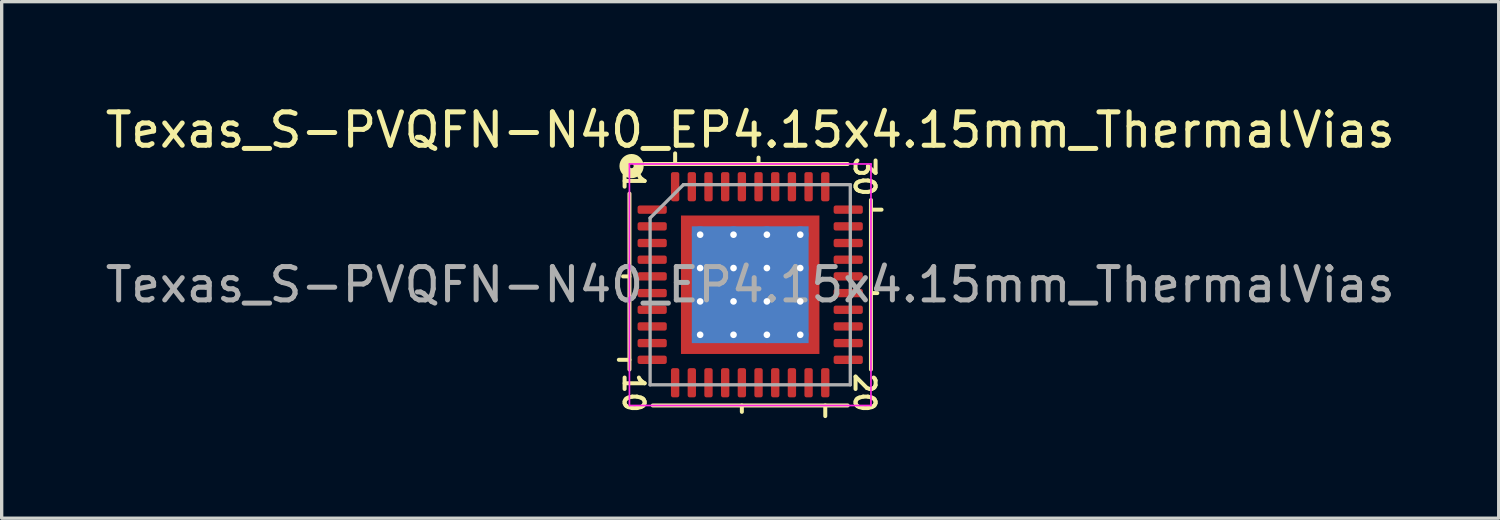
<source format=kicad_pcb>
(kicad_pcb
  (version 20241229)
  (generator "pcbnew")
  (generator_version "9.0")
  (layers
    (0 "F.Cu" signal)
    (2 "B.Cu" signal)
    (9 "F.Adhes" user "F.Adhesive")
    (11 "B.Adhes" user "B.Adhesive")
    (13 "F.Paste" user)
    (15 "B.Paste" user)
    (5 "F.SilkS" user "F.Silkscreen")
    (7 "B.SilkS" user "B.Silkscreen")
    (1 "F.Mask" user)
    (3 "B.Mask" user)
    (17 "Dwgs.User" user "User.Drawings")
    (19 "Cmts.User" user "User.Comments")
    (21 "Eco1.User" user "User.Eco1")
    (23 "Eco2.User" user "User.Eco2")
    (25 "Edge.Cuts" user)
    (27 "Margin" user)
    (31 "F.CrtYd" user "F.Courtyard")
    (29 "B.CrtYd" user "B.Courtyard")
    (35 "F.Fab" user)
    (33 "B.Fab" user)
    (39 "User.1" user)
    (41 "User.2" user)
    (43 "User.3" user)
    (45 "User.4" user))
  (footprint "Texas_S-PVQFN-N40_EP4.15x4.15mm_ThermalVias"
    (layer "F.Cu")
    (at 19.435 5.484)
    (property "Reference" "Texas_S-PVQFN-N40_EP4.15x4.15mm_ThermalVias" (at 0 -4.636 0) (layer "F.SilkS") (effects (font (size 1 1) (thickness 0.15))))
    (attr smd)
    (fp_line (start -3.619 -2.731) (end -3.619 2.54) (stroke (width 0.12) (type solid)) (layer "F.SilkS"))
    (fp_line (start -3.619 -0.25) (end -3.81 -0.25) (stroke (width 0.12) (type solid)) (layer "F.SilkS"))
    (fp_line (start -3.619 2.25) (end -3.937 2.25) (stroke (width 0.12) (type solid)) (layer "F.SilkS"))
    (fp_line (start -2.921 3.619) (end 2.921 3.619) (stroke (width 0.12) (type solid)) (layer "F.SilkS"))
    (fp_line (start -2.25 -3.619) (end -2.25 -3.937) (stroke (width 0.12) (type solid)) (layer "F.SilkS"))
    (fp_line (start -0.25 3.619) (end -0.25 3.81) (stroke (width 0.12) (type solid)) (layer "F.SilkS"))
    (fp_line (start 0.25 -3.619) (end 0.25 -3.81) (stroke (width 0.12) (type solid)) (layer "F.SilkS"))
    (fp_line (start 2.25 3.619) (end 2.25 3.937) (stroke (width 0.12) (type solid)) (layer "F.SilkS"))
    (fp_line (start 2.921 -3.619) (end -3.175 -3.619) (stroke (width 0.12) (type solid)) (layer "F.SilkS"))
    (fp_line (start 3.619 -2.25) (end 3.937 -2.25) (stroke (width 0.12) (type solid)) (layer "F.SilkS"))
    (fp_line (start 3.619 0.25) (end 3.81 0.25) (stroke (width 0.12) (type solid)) (layer "F.SilkS"))
    (fp_line (start 3.619 2.54) (end 3.619 -2.54) (stroke (width 0.12) (type solid)) (layer "F.SilkS"))
    (fp_circle (center -3.556 -3.556) (end -3.493 -3.556) (stroke (width 0.3) (type solid)) (fill no) (layer "F.SilkS"))
    (fp_line (start -3.62 -3.62) (end -3.62 3.62) (stroke (width 0.05) (type solid)) (layer "F.CrtYd"))
    (fp_line (start -3.62 3.62) (end 3.62 3.62) (stroke (width 0.05) (type solid)) (layer "F.CrtYd"))
    (fp_line (start 3.62 -3.62) (end -3.62 -3.62) (stroke (width 0.05) (type solid)) (layer "F.CrtYd"))
    (fp_line (start 3.62 3.62) (end 3.62 -3.62) (stroke (width 0.05) (type solid)) (layer "F.CrtYd"))
    (fp_line (start -3 -2) (end -2 -3) (stroke (width 0.1) (type solid)) (layer "F.Fab"))
    (fp_line (start -3 3) (end -3 -2) (stroke (width 0.1) (type solid)) (layer "F.Fab"))
    (fp_line (start -2 -3) (end 3 -3) (stroke (width 0.1) (type solid)) (layer "F.Fab"))
    (fp_line (start 3 -3) (end 3 3) (stroke (width 0.1) (type solid)) (layer "F.Fab"))
    (fp_line (start 3 3) (end -3 3) (stroke (width 0.1) (type solid)) (layer "F.Fab"))
    (fp_text user "10" (at -3.493 3.239 270) (unlocked yes) (layer "F.SilkS") (effects (font (size 0.6 0.6) (thickness 0.12))))
    (fp_text user "1" (at -3.493 -3.111 270) (unlocked yes) (layer "F.SilkS") (effects (font (size 0.6 0.6) (thickness 0.12))))
    (fp_text user "30" (at 3.429 -3.239 270) (unlocked yes) (layer "F.SilkS") (effects (font (size 0.6 0.6) (thickness 0.12))))
    (fp_text user "20" (at 3.429 3.239 270) (unlocked yes) (layer "F.SilkS") (effects (font (size 0.6 0.6) (thickness 0.12))))
    (fp_text user "${REFERENCE}" (at 0 0 0) (layer "F.Fab") (effects (font (size 1 1) (thickness 0.15))))
    (pad "" smd custom (at -1.788 -1.788) (size 0.342 0.342) (layers "F.Paste") (options (anchor circle)) (primitives (gr_poly (pts (xy 0.116 0.012) (xy 0.012 0.116) (xy -0.116 0.116) (xy -0.116 -0.116) (xy 0.116 -0.116)) (width 0.232) (fill yes))))
    (pad "" smd custom (at -1.788 -1) (size 0.371 0.371) (layers "F.Paste") (options (anchor circle)) (primitives (gr_poly (pts (xy 0.14 -0.235) (xy 0.14 0.235) (xy 0.063 0.311) (xy -0.14 0.311) (xy -0.14 -0.311) (xy 0.063 -0.311)) (width 0.184) (fill yes))))
    (pad "" smd custom (at -1.788 0) (size 0.371 0.371) (layers "F.Paste") (options (anchor circle)) (primitives (gr_poly (pts (xy 0.14 -0.235) (xy 0.14 0.235) (xy 0.063 0.311) (xy -0.14 0.311) (xy -0.14 -0.311) (xy 0.063 -0.311)) (width 0.184) (fill yes))))
    (pad "" smd custom (at -1.788 1) (size 0.371 0.371) (layers "F.Paste") (options (anchor circle)) (primitives (gr_poly (pts (xy 0.14 -0.235) (xy 0.14 0.235) (xy 0.063 0.311) (xy -0.14 0.311) (xy -0.14 -0.311) (xy 0.063 -0.311)) (width 0.184) (fill yes))))
    (pad "" smd custom (at -1.788 1.788) (size 0.342 0.342) (layers "F.Paste") (options (anchor circle)) (primitives (gr_poly (pts (xy 0.116 -0.012) (xy 0.116 0.116) (xy -0.116 0.116) (xy -0.116 -0.116) (xy 0.012 -0.116)) (width 0.232) (fill yes))))
    (pad "" smd custom (at -1 -1.788) (size 0.371 0.371) (layers "F.Paste") (options (anchor circle)) (primitives (gr_poly (pts (xy 0.311 0.063) (xy 0.235 0.14) (xy -0.235 0.14) (xy -0.311 0.063) (xy -0.311 -0.14) (xy 0.311 -0.14)) (width 0.184) (fill yes))))
    (pad "" smd roundrect (at -1 -1) (size 0.806 0.806) (layers "F.Paste") (roundrect_rratio 0.25))
    (pad "" smd roundrect (at -1 0) (size 0.806 0.806) (layers "F.Paste") (roundrect_rratio 0.25))
    (pad "" smd roundrect (at -1 1) (size 0.806 0.806) (layers "F.Paste") (roundrect_rratio 0.25))
    (pad "" smd custom (at -1 1.788) (size 0.371 0.371) (layers "F.Paste") (options (anchor circle)) (primitives (gr_poly (pts (xy 0.311 -0.063) (xy 0.311 0.14) (xy -0.311 0.14) (xy -0.311 -0.063) (xy -0.235 -0.14) (xy 0.235 -0.14)) (width 0.184) (fill yes))))
    (pad "" smd custom (at 0 -1.788) (size 0.371 0.371) (layers "F.Paste") (options (anchor circle)) (primitives (gr_poly (pts (xy 0.311 0.063) (xy 0.235 0.14) (xy -0.235 0.14) (xy -0.311 0.063) (xy -0.311 -0.14) (xy 0.311 -0.14)) (width 0.184) (fill yes))))
    (pad "" smd roundrect (at 0 -1) (size 0.806 0.806) (layers "F.Paste") (roundrect_rratio 0.25))
    (pad "" smd roundrect (at 0 0) (size 0.806 0.806) (layers "F.Paste") (roundrect_rratio 0.25))
    (pad "" smd roundrect (at 0 1) (size 0.806 0.806) (layers "F.Paste") (roundrect_rratio 0.25))
    (pad "" smd custom (at 0 1.788) (size 0.371 0.371) (layers "F.Paste") (options (anchor circle)) (primitives (gr_poly (pts (xy 0.311 -0.063) (xy 0.311 0.14) (xy -0.311 0.14) (xy -0.311 -0.063) (xy -0.235 -0.14) (xy 0.235 -0.14)) (width 0.184) (fill yes))))
    (pad "" smd custom (at 1 -1.788) (size 0.371 0.371) (layers "F.Paste") (options (anchor circle)) (primitives (gr_poly (pts (xy 0.311 0.063) (xy 0.235 0.14) (xy -0.235 0.14) (xy -0.311 0.063) (xy -0.311 -0.14) (xy 0.311 -0.14)) (width 0.184) (fill yes))))
    (pad "" smd roundrect (at 1 -1) (size 0.806 0.806) (layers "F.Paste") (roundrect_rratio 0.25))
    (pad "" smd roundrect (at 1 0) (size 0.806 0.806) (layers "F.Paste") (roundrect_rratio 0.25))
    (pad "" smd roundrect (at 1 1) (size 0.806 0.806) (layers "F.Paste") (roundrect_rratio 0.25))
    (pad "" smd custom (at 1 1.788) (size 0.371 0.371) (layers "F.Paste") (options (anchor circle)) (primitives (gr_poly (pts (xy 0.311 -0.063) (xy 0.311 0.14) (xy -0.311 0.14) (xy -0.311 -0.063) (xy -0.235 -0.14) (xy 0.235 -0.14)) (width 0.184) (fill yes))))
    (pad "" smd custom (at 1.788 -1.788) (size 0.342 0.342) (layers "F.Paste") (options (anchor circle)) (primitives (gr_poly (pts (xy 0.116 0.116) (xy -0.012 0.116) (xy -0.116 0.012) (xy -0.116 -0.116) (xy 0.116 -0.116)) (width 0.232) (fill yes))))
    (pad "" smd custom (at 1.788 -1) (size 0.371 0.371) (layers "F.Paste") (options (anchor circle)) (primitives (gr_poly (pts (xy 0.14 0.311) (xy -0.063 0.311) (xy -0.14 0.235) (xy -0.14 -0.235) (xy -0.063 -0.311) (xy 0.14 -0.311)) (width 0.184) (fill yes))))
    (pad "" smd custom (at 1.788 0) (size 0.371 0.371) (layers "F.Paste") (options (anchor circle)) (primitives (gr_poly (pts (xy 0.14 0.311) (xy -0.063 0.311) (xy -0.14 0.235) (xy -0.14 -0.235) (xy -0.063 -0.311) (xy 0.14 -0.311)) (width 0.184) (fill yes))))
    (pad "" smd custom (at 1.788 1) (size 0.371 0.371) (layers "F.Paste") (options (anchor circle)) (primitives (gr_poly (pts (xy 0.14 0.311) (xy -0.063 0.311) (xy -0.14 0.235) (xy -0.14 -0.235) (xy -0.063 -0.311) (xy 0.14 -0.311)) (width 0.184) (fill yes))))
    (pad "" smd custom (at 1.788 1.788) (size 0.342 0.342) (layers "F.Paste") (options (anchor circle)) (primitives (gr_poly (pts (xy 0.116 0.116) (xy -0.116 0.116) (xy -0.116 -0.012) (xy -0.012 -0.116) (xy 0.116 -0.116)) (width 0.232) (fill yes))))
    (pad "1" smd roundrect (at -2.938 -2.25) (size 0.875 0.25) (layers "F.Cu" "F.Mask" "F.Paste") (roundrect_rratio 0.25))
    (pad "2" smd roundrect (at -2.938 -1.75) (size 0.875 0.25) (layers "F.Cu" "F.Mask" "F.Paste") (roundrect_rratio 0.25))
    (pad "3" smd roundrect (at -2.938 -1.25) (size 0.875 0.25) (layers "F.Cu" "F.Mask" "F.Paste") (roundrect_rratio 0.25))
    (pad "4" smd roundrect (at -2.938 -0.75) (size 0.875 0.25) (layers "F.Cu" "F.Mask" "F.Paste") (roundrect_rratio 0.25))
    (pad "5" smd roundrect (at -2.938 -0.25) (size 0.875 0.25) (layers "F.Cu" "F.Mask" "F.Paste") (roundrect_rratio 0.25))
    (pad "6" smd roundrect (at -2.938 0.25) (size 0.875 0.25) (layers "F.Cu" "F.Mask" "F.Paste") (roundrect_rratio 0.25))
    (pad "7" smd roundrect (at -2.938 0.75) (size 0.875 0.25) (layers "F.Cu" "F.Mask" "F.Paste") (roundrect_rratio 0.25))
    (pad "8" smd roundrect (at -2.938 1.25) (size 0.875 0.25) (layers "F.Cu" "F.Mask" "F.Paste") (roundrect_rratio 0.25))
    (pad "9" smd roundrect (at -2.938 1.75) (size 0.875 0.25) (layers "F.Cu" "F.Mask" "F.Paste") (roundrect_rratio 0.25))
    (pad "10" smd roundrect (at -2.938 2.25) (size 0.875 0.25) (layers "F.Cu" "F.Mask" "F.Paste") (roundrect_rratio 0.25))
    (pad "11" smd roundrect (at -2.25 2.938) (size 0.25 0.875) (layers "F.Cu" "F.Mask" "F.Paste") (roundrect_rratio 0.25))
    (pad "12" smd roundrect (at -1.75 2.938) (size 0.25 0.875) (layers "F.Cu" "F.Mask" "F.Paste") (roundrect_rratio 0.25))
    (pad "13" smd roundrect (at -1.25 2.938) (size 0.25 0.875) (layers "F.Cu" "F.Mask" "F.Paste") (roundrect_rratio 0.25))
    (pad "14" smd roundrect (at -0.75 2.938) (size 0.25 0.875) (layers "F.Cu" "F.Mask" "F.Paste") (roundrect_rratio 0.25))
    (pad "15" smd roundrect (at -0.25 2.938) (size 0.25 0.875) (layers "F.Cu" "F.Mask" "F.Paste") (roundrect_rratio 0.25))
    (pad "16" smd roundrect (at 0.25 2.938) (size 0.25 0.875) (layers "F.Cu" "F.Mask" "F.Paste") (roundrect_rratio 0.25))
    (pad "17" smd roundrect (at 0.75 2.938) (size 0.25 0.875) (layers "F.Cu" "F.Mask" "F.Paste") (roundrect_rratio 0.25))
    (pad "18" smd roundrect (at 1.25 2.938) (size 0.25 0.875) (layers "F.Cu" "F.Mask" "F.Paste") (roundrect_rratio 0.25))
    (pad "19" smd roundrect (at 1.75 2.938) (size 0.25 0.875) (layers "F.Cu" "F.Mask" "F.Paste") (roundrect_rratio 0.25))
    (pad "20" smd roundrect (at 2.25 2.938) (size 0.25 0.875) (layers "F.Cu" "F.Mask" "F.Paste") (roundrect_rratio 0.25))
    (pad "21" smd roundrect (at 2.938 2.25) (size 0.875 0.25) (layers "F.Cu" "F.Mask" "F.Paste") (roundrect_rratio 0.25))
    (pad "22" smd roundrect (at 2.938 1.75) (size 0.875 0.25) (layers "F.Cu" "F.Mask" "F.Paste") (roundrect_rratio 0.25))
    (pad "23" smd roundrect (at 2.938 1.25) (size 0.875 0.25) (layers "F.Cu" "F.Mask" "F.Paste") (roundrect_rratio 0.25))
    (pad "24" smd roundrect (at 2.938 0.75) (size 0.875 0.25) (layers "F.Cu" "F.Mask" "F.Paste") (roundrect_rratio 0.25))
    (pad "25" smd roundrect (at 2.938 0.25) (size 0.875 0.25) (layers "F.Cu" "F.Mask" "F.Paste") (roundrect_rratio 0.25))
    (pad "26" smd roundrect (at 2.938 -0.25) (size 0.875 0.25) (layers "F.Cu" "F.Mask" "F.Paste") (roundrect_rratio 0.25))
    (pad "27" smd roundrect (at 2.938 -0.75) (size 0.875 0.25) (layers "F.Cu" "F.Mask" "F.Paste") (roundrect_rratio 0.25))
    (pad "28" smd roundrect (at 2.938 -1.25) (size 0.875 0.25) (layers "F.Cu" "F.Mask" "F.Paste") (roundrect_rratio 0.25))
    (pad "29" smd roundrect (at 2.938 -1.75) (size 0.875 0.25) (layers "F.Cu" "F.Mask" "F.Paste") (roundrect_rratio 0.25))
    (pad "30" smd roundrect (at 2.938 -2.25) (size 0.875 0.25) (layers "F.Cu" "F.Mask" "F.Paste") (roundrect_rratio 0.25))
    (pad "31" smd roundrect (at 2.25 -2.938) (size 0.25 0.875) (layers "F.Cu" "F.Mask" "F.Paste") (roundrect_rratio 0.25))
    (pad "32" smd roundrect (at 1.75 -2.938) (size 0.25 0.875) (layers "F.Cu" "F.Mask" "F.Paste") (roundrect_rratio 0.25))
    (pad "33" smd roundrect (at 1.25 -2.938) (size 0.25 0.875) (layers "F.Cu" "F.Mask" "F.Paste") (roundrect_rratio 0.25))
    (pad "34" smd roundrect (at 0.75 -2.938) (size 0.25 0.875) (layers "F.Cu" "F.Mask" "F.Paste") (roundrect_rratio 0.25))
    (pad "35" smd roundrect (at 0.25 -2.938) (size 0.25 0.875) (layers "F.Cu" "F.Mask" "F.Paste") (roundrect_rratio 0.25))
    (pad "36" smd roundrect (at -0.25 -2.938) (size 0.25 0.875) (layers "F.Cu" "F.Mask" "F.Paste") (roundrect_rratio 0.25))
    (pad "37" smd roundrect (at -0.75 -2.938) (size 0.25 0.875) (layers "F.Cu" "F.Mask" "F.Paste") (roundrect_rratio 0.25))
    (pad "38" smd roundrect (at -1.25 -2.938) (size 0.25 0.875) (layers "F.Cu" "F.Mask" "F.Paste") (roundrect_rratio 0.25))
    (pad "39" smd roundrect (at -1.75 -2.938) (size 0.25 0.875) (layers "F.Cu" "F.Mask" "F.Paste") (roundrect_rratio 0.25))
    (pad "40" smd roundrect (at -2.25 -2.938) (size 0.25 0.875) (layers "F.Cu" "F.Mask" "F.Paste") (roundrect_rratio 0.25))
    (pad "41" thru_hole circle (at -1.5 -1.5) (size 0.5 0.5) (drill 0.2) (layers "*.Cu"))
    (pad "41" thru_hole circle (at -1.5 -0.5) (size 0.5 0.5) (drill 0.2) (layers "*.Cu"))
    (pad "41" thru_hole circle (at -1.5 0.5) (size 0.5 0.5) (drill 0.2) (layers "*.Cu"))
    (pad "41" thru_hole circle (at -1.5 1.5) (size 0.5 0.5) (drill 0.2) (layers "*.Cu"))
    (pad "41" thru_hole circle (at -0.5 -1.5) (size 0.5 0.5) (drill 0.2) (layers "*.Cu"))
    (pad "41" thru_hole circle (at -0.5 -0.5) (size 0.5 0.5) (drill 0.2) (layers "*.Cu"))
    (pad "41" thru_hole circle (at -0.5 0.5) (size 0.5 0.5) (drill 0.2) (layers "*.Cu"))
    (pad "41" thru_hole circle (at -0.5 1.5) (size 0.5 0.5) (drill 0.2) (layers "*.Cu"))
    (pad "41" smd rect (at 0 0) (size 3.5 3.5) (layers "B.Cu" "B.Mask"))
    (pad "41" smd rect (at 0 0) (size 4.15 4.15) (layers "F.Cu" "F.Mask"))
    (pad "41" thru_hole circle (at 0.5 -1.5) (size 0.5 0.5) (drill 0.2) (layers "*.Cu"))
    (pad "41" thru_hole circle (at 0.5 -0.5) (size 0.5 0.5) (drill 0.2) (layers "*.Cu"))
    (pad "41" thru_hole circle (at 0.5 0.5) (size 0.5 0.5) (drill 0.2) (layers "*.Cu"))
    (pad "41" thru_hole circle (at 0.5 1.5) (size 0.5 0.5) (drill 0.2) (layers "*.Cu"))
    (pad "41" thru_hole circle (at 1.5 -1.5) (size 0.5 0.5) (drill 0.2) (layers "*.Cu"))
    (pad "41" thru_hole circle (at 1.5 -0.5) (size 0.5 0.5) (drill 0.2) (layers "*.Cu"))
    (pad "41" thru_hole circle (at 1.5 0.5) (size 0.5 0.5) (drill 0.2) (layers "*.Cu"))
    (pad "41" thru_hole circle (at 1.5 1.5) (size 0.5 0.5) (drill 0.2) (layers "*.Cu")))
  (gr_rect
    (start -3 -3)
    (end 41.869 12.481)
    (stroke (width 0.1) (type default))
    (fill no)
    (layer "Edge.Cuts")))
</source>
